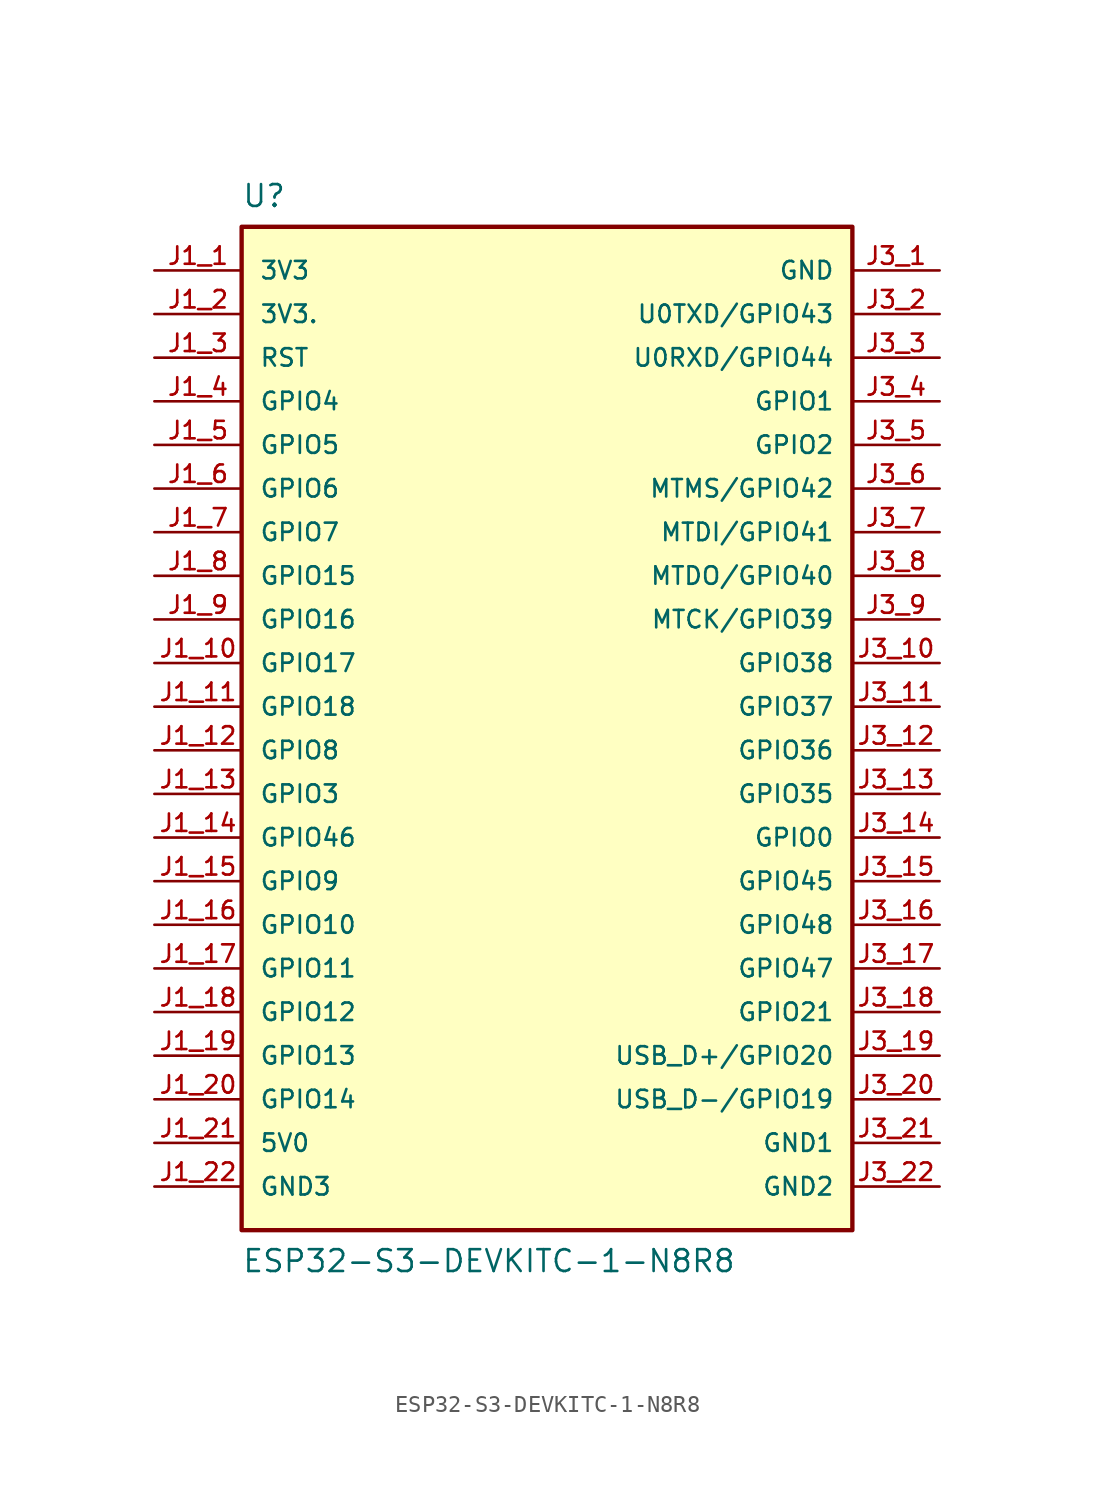
<source format=kicad_sym>
(kicad_symbol_lib
  (version 20211014)
  (generator kicad_symbol_editor)
  (symbol "ESP32-S3-DEVKITC-1-N8R8"
    (pin_names
      (offset 1.016))
    (property "Reference" "U"
      (at -17.78 35.56 0)
      (effects (font (size 1.27 1.27)) (justify top left)))
    (property "Value" "ESP32-S3-DEVKITC-1-N8R8"
      (at -17.78 -27.94 0)
      (effects (font (size 1.27 1.27)) (justify bottom left)))
    (symbol "ESP32-S3-DEVKITC-1-N8R8_0_0"
      (rectangle (start -17.78 -25.4) (end 17.78 33.02) (stroke (width 0.254)) (fill (type background)))
      (pin power_in line (at -22.86 30.48 0) (length 5.08) (name "3V3" (effects (font (size 1.016 1.016)))) (number "J1_1" (effects (font (size 1.016 1.016)))))
      (pin input line (at -22.86 25.4 0) (length 5.08) (name "RST" (effects (font (size 1.016 1.016)))) (number "J1_3" (effects (font (size 1.016 1.016)))))
      (pin bidirectional line (at 22.86 22.86 180.0) (length 5.08) (name "GPIO1" (effects (font (size 1.016 1.016)))) (number "J3_4" (effects (font (size 1.016 1.016)))))
      (pin bidirectional line (at 22.86 20.32 180.0) (length 5.08) (name "GPIO2" (effects (font (size 1.016 1.016)))) (number "J3_5" (effects (font (size 1.016 1.016)))))
      (pin bidirectional line (at -22.86 22.86 0) (length 5.08) (name "GPIO4" (effects (font (size 1.016 1.016)))) (number "J1_4" (effects (font (size 1.016 1.016)))))
      (pin bidirectional line (at -22.86 0.0 0) (length 5.08) (name "GPIO3" (effects (font (size 1.016 1.016)))) (number "J1_13" (effects (font (size 1.016 1.016)))))
      (pin bidirectional line (at -22.86 20.32 0) (length 5.08) (name "GPIO5" (effects (font (size 1.016 1.016)))) (number "J1_5" (effects (font (size 1.016 1.016)))))
      (pin bidirectional line (at -22.86 17.78 0) (length 5.08) (name "GPIO6" (effects (font (size 1.016 1.016)))) (number "J1_6" (effects (font (size 1.016 1.016)))))
      (pin bidirectional line (at -22.86 15.24 0) (length 5.08) (name "GPIO7" (effects (font (size 1.016 1.016)))) (number "J1_7" (effects (font (size 1.016 1.016)))))
      (pin bidirectional line (at -22.86 2.54 0) (length 5.08) (name "GPIO8" (effects (font (size 1.016 1.016)))) (number "J1_12" (effects (font (size 1.016 1.016)))))
      (pin bidirectional line (at -22.86 -5.08 0) (length 5.08) (name "GPIO9" (effects (font (size 1.016 1.016)))) (number "J1_15" (effects (font (size 1.016 1.016)))))
      (pin bidirectional line (at -22.86 -7.62 0) (length 5.08) (name "GPIO10" (effects (font (size 1.016 1.016)))) (number "J1_16" (effects (font (size 1.016 1.016)))))
      (pin bidirectional line (at -22.86 -10.16 0) (length 5.08) (name "GPIO11" (effects (font (size 1.016 1.016)))) (number "J1_17" (effects (font (size 1.016 1.016)))))
      (pin bidirectional line (at -22.86 -12.7 0) (length 5.08) (name "GPIO12" (effects (font (size 1.016 1.016)))) (number "J1_18" (effects (font (size 1.016 1.016)))))
      (pin bidirectional line (at -22.86 -15.24 0) (length 5.08) (name "GPIO13" (effects (font (size 1.016 1.016)))) (number "J1_19" (effects (font (size 1.016 1.016)))))
      (pin bidirectional line (at -22.86 -17.78 0) (length 5.08) (name "GPIO14" (effects (font (size 1.016 1.016)))) (number "J1_20" (effects (font (size 1.016 1.016)))))
      (pin bidirectional line (at -22.86 12.7 0) (length 5.08) (name "GPIO15" (effects (font (size 1.016 1.016)))) (number "J1_8" (effects (font (size 1.016 1.016)))))
      (pin bidirectional line (at -22.86 10.16 0) (length 5.08) (name "GPIO16" (effects (font (size 1.016 1.016)))) (number "J1_9" (effects (font (size 1.016 1.016)))))
      (pin bidirectional line (at -22.86 7.62 0) (length 5.08) (name "GPIO17" (effects (font (size 1.016 1.016)))) (number "J1_10" (effects (font (size 1.016 1.016)))))
      (pin bidirectional line (at -22.86 5.08 0) (length 5.08) (name "GPIO18" (effects (font (size 1.016 1.016)))) (number "J1_11" (effects (font (size 1.016 1.016)))))
      (pin bidirectional line (at 22.86 -2.54 180.0) (length 5.08) (name "GPIO0" (effects (font (size 1.016 1.016)))) (number "J3_14" (effects (font (size 1.016 1.016)))))
      (pin power_in line (at 22.86 30.48 180.0) (length 5.08) (name "GND" (effects (font (size 1.016 1.016)))) (number "J3_1" (effects (font (size 1.016 1.016)))))
      (pin power_in line (at -22.86 -20.32 0) (length 5.08) (name "5V0" (effects (font (size 1.016 1.016)))) (number "J1_21" (effects (font (size 1.016 1.016)))))
      (pin bidirectional line (at 22.86 -7.62 180.0) (length 5.08) (name "GPIO48" (effects (font (size 1.016 1.016)))) (number "J3_16" (effects (font (size 1.016 1.016)))))
      (pin bidirectional line (at 22.86 -10.16 180.0) (length 5.08) (name "GPIO47" (effects (font (size 1.016 1.016)))) (number "J3_17" (effects (font (size 1.016 1.016)))))
      (pin bidirectional line (at -22.86 -2.54 0) (length 5.08) (name "GPIO46" (effects (font (size 1.016 1.016)))) (number "J1_14" (effects (font (size 1.016 1.016)))))
      (pin bidirectional line (at 22.86 -5.08 180.0) (length 5.08) (name "GPIO45" (effects (font (size 1.016 1.016)))) (number "J3_15" (effects (font (size 1.016 1.016)))))
      (pin bidirectional line (at 22.86 -12.7 180.0) (length 5.08) (name "GPIO21" (effects (font (size 1.016 1.016)))) (number "J3_18" (effects (font (size 1.016 1.016)))))
      (pin bidirectional line (at 22.86 -15.24 180.0) (length 5.08) (name "USB_D+/GPIO20" (effects (font (size 1.016 1.016)))) (number "J3_19" (effects (font (size 1.016 1.016)))))
      (pin bidirectional line (at 22.86 -17.78 180.0) (length 5.08) (name "USB_D-/GPIO19" (effects (font (size 1.016 1.016)))) (number "J3_20" (effects (font (size 1.016 1.016)))))
      (pin bidirectional line (at 22.86 25.4 180.0) (length 5.08) (name "U0RXD/GPIO44" (effects (font (size 1.016 1.016)))) (number "J3_3" (effects (font (size 1.016 1.016)))))
      (pin bidirectional line (at 22.86 27.94 180.0) (length 5.08) (name "U0TXD/GPIO43" (effects (font (size 1.016 1.016)))) (number "J3_2" (effects (font (size 1.016 1.016)))))
      (pin bidirectional line (at 22.86 17.78 180.0) (length 5.08) (name "MTMS/GPIO42" (effects (font (size 1.016 1.016)))) (number "J3_6" (effects (font (size 1.016 1.016)))))
      (pin bidirectional line (at 22.86 15.24 180.0) (length 5.08) (name "MTDI/GPIO41" (effects (font (size 1.016 1.016)))) (number "J3_7" (effects (font (size 1.016 1.016)))))
      (pin bidirectional line (at 22.86 12.7 180.0) (length 5.08) (name "MTDO/GPIO40" (effects (font (size 1.016 1.016)))) (number "J3_8" (effects (font (size 1.016 1.016)))))
      (pin bidirectional line (at 22.86 10.16 180.0) (length 5.08) (name "MTCK/GPIO39" (effects (font (size 1.016 1.016)))) (number "J3_9" (effects (font (size 1.016 1.016)))))
      (pin bidirectional line (at 22.86 7.62 180.0) (length 5.08) (name "GPIO38" (effects (font (size 1.016 1.016)))) (number "J3_10" (effects (font (size 1.016 1.016)))))
      (pin bidirectional line (at 22.86 5.08 180.0) (length 5.08) (name "GPIO37" (effects (font (size 1.016 1.016)))) (number "J3_11" (effects (font (size 1.016 1.016)))))
      (pin bidirectional line (at 22.86 2.54 180.0) (length 5.08) (name "GPIO36" (effects (font (size 1.016 1.016)))) (number "J3_12" (effects (font (size 1.016 1.016)))))
      (pin bidirectional line (at 22.86 0.0 180.0) (length 5.08) (name "GPIO35" (effects (font (size 1.016 1.016)))) (number "J3_13" (effects (font (size 1.016 1.016)))))
      (pin power_in line (at -22.86 27.94 0) (length 5.08) (name "3V3." (effects (font (size 1.016 1.016)))) (number "J1_2" (effects (font (size 1.016 1.016)))))
      (pin power_in line (at 22.86 -20.32 180.0) (length 5.08) (name "GND1" (effects (font (size 1.016 1.016)))) (number "J3_21" (effects (font (size 1.016 1.016)))))
      (pin power_in line (at 22.86 -22.86 180.0) (length 5.08) (name "GND2" (effects (font (size 1.016 1.016)))) (number "J3_22" (effects (font (size 1.016 1.016)))))
      (pin power_in line (at -22.86 -22.86 0) (length 5.08) (name "GND3" (effects (font (size 1.016 1.016)))) (number "J1_22" (effects (font (size 1.016 1.016))))))))
</source>
